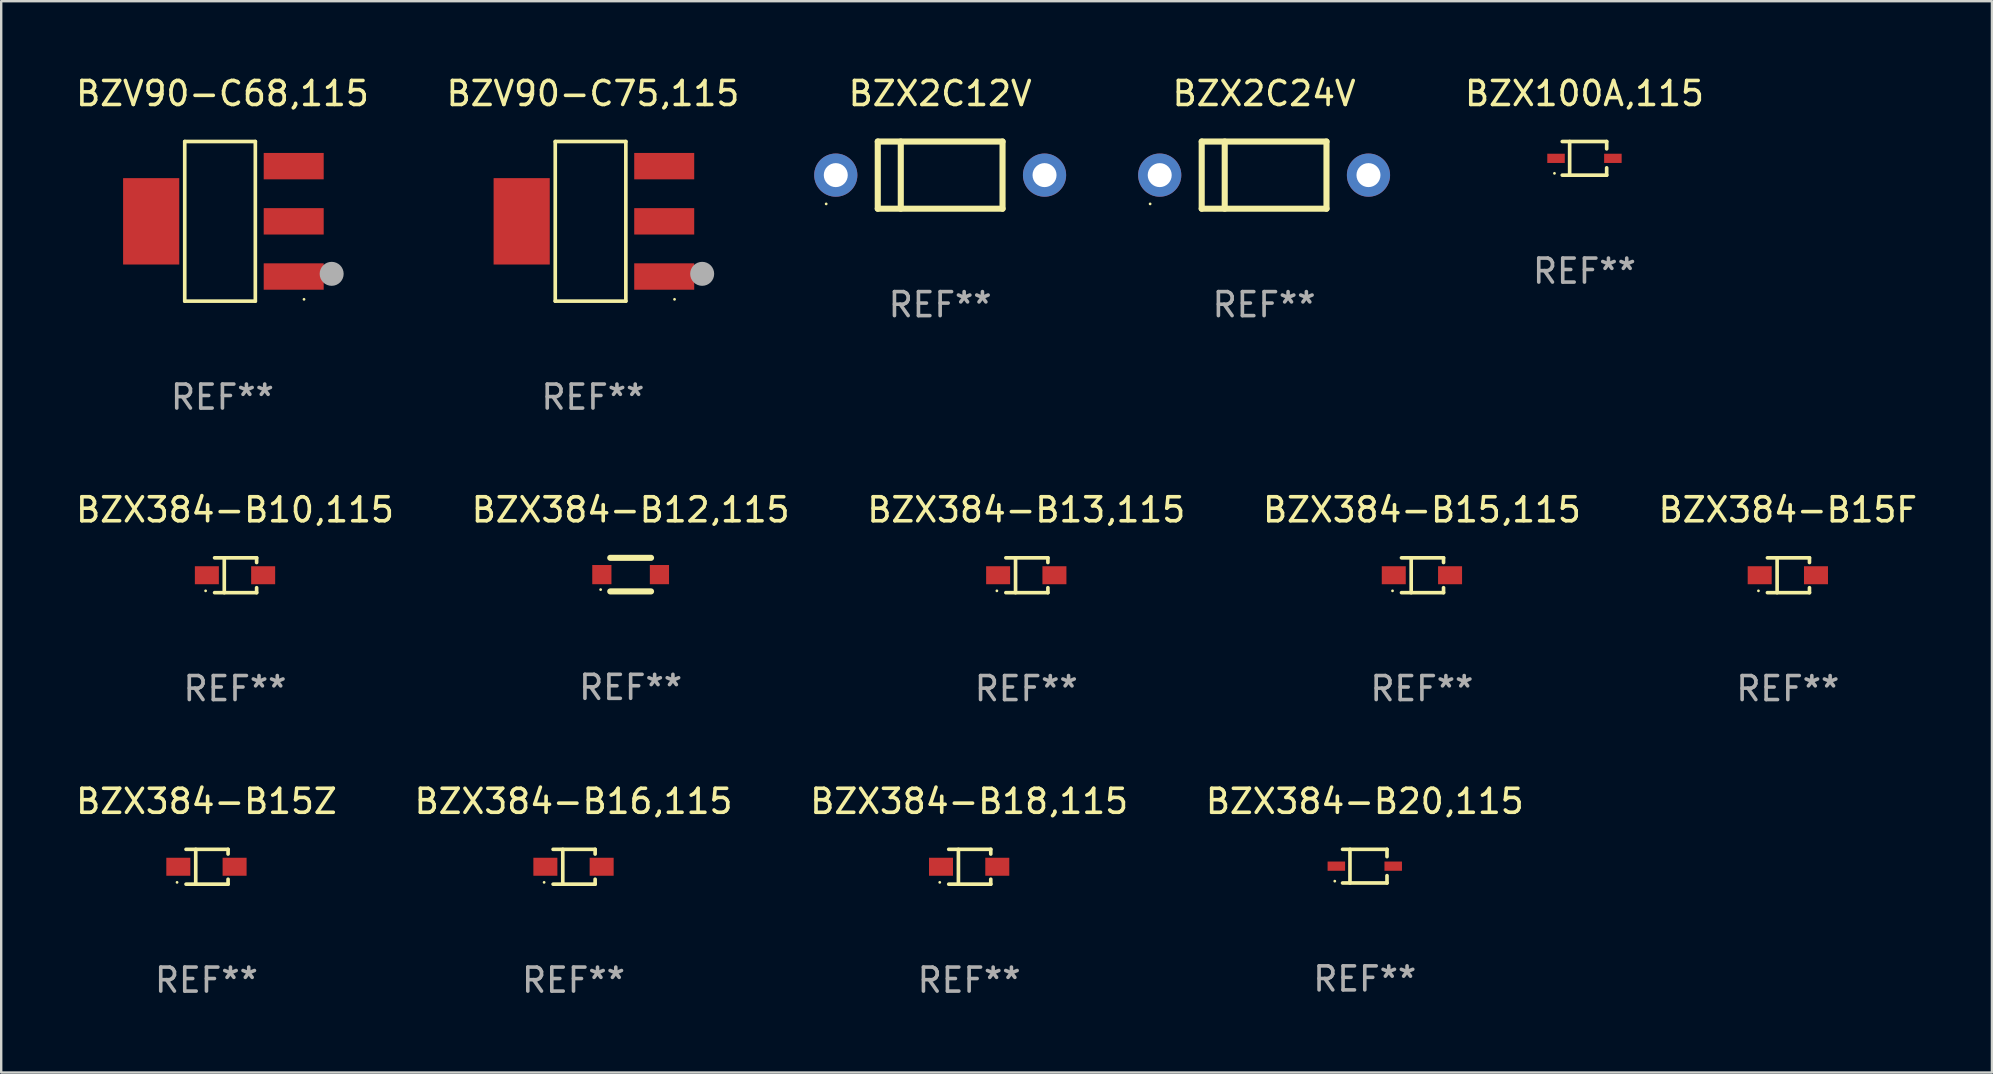
<source format=kicad_pcb>
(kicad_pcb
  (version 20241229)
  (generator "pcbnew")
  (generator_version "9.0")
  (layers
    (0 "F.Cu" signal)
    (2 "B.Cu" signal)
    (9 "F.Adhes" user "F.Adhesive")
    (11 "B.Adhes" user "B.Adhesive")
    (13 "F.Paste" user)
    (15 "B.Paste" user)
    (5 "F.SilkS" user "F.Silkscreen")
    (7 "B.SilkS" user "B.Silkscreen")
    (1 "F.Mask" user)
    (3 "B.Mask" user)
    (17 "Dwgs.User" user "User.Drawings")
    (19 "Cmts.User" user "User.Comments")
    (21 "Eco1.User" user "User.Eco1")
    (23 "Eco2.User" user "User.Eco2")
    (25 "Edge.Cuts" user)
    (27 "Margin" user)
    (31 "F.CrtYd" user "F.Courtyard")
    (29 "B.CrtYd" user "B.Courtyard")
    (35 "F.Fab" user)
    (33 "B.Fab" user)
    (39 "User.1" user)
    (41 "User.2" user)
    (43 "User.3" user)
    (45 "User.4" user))
  (footprint "BZX2C12V"
    (layer "F.Cu")
    (at 36.131 4.248)
    (property "Reference" "BZX2C12V" (at 0 -3.4 0) (layer "F.SilkS") (effects (font (size 1 1) (thickness 0.15))))
    (attr through_hole)
    (fp_line (start -2.6 -1.4) (end -2.6 1.4) (stroke (width 0.254) (type solid)) (layer "F.SilkS"))
    (fp_line (start -2.6 -1.4) (end 2.6 -1.4) (stroke (width 0.254) (type solid)) (layer "F.SilkS"))
    (fp_line (start -2.6 1.4) (end 2.6 1.4) (stroke (width 0.254) (type solid)) (layer "F.SilkS"))
    (fp_line (start -1.641 -1.4) (end -1.641 1.4) (stroke (width 0.254) (type solid)) (layer "F.SilkS"))
    (fp_line (start 2.6 -1.4) (end 2.6 1.4) (stroke (width 0.254) (type solid)) (layer "F.SilkS"))
    (fp_circle (center -4.75 1.2) (end -4.72 1.2) (stroke (width 0.06) (type solid)) (fill no) (layer "F.SilkS"))
    (fp_text user "REF**" (at 0 5.4 0) (layer "F.Fab") (effects (font (size 1 1) (thickness 0.15))))
    (pad "1" thru_hole circle (at -4.35 0) (size 1.8 1.8) (drill 1) (layers "*.Cu" "*.Mask"))
    (pad "2" thru_hole circle (at 4.35 0) (size 1.8 1.8) (drill 1) (layers "*.Cu" "*.Mask")))
  (footprint "BZX384-B10,115"
    (layer "F.Cu")
    (at 6.744 20.923)
    (property "Reference" "BZX384-B10,115" (at 0 -2.726 0) (layer "F.SilkS") (effects (font (size 1 1) (thickness 0.15))))
    (attr through_hole)
    (fp_line (start -0.851 -0.726) (end 0.901 -0.726) (stroke (width 0.152) (type solid)) (layer "F.SilkS"))
    (fp_line (start -0.851 0.726) (end 0.901 0.726) (stroke (width 0.152) (type solid)) (layer "F.SilkS"))
    (fp_line (start -0.447 -0.726) (end -0.447 0.726) (stroke (width 0.152) (type solid)) (layer "F.SilkS"))
    (fp_line (start 0.901 -0.726) (end 0.901 -0.53) (stroke (width 0.152) (type solid)) (layer "F.SilkS"))
    (fp_line (start 0.901 0.726) (end 0.901 0.52) (stroke (width 0.152) (type solid)) (layer "F.SilkS"))
    (fp_circle (center -1.225 0.65) (end -1.195 0.65) (stroke (width 0.06) (type solid)) (fill no) (layer "F.SilkS"))
    (fp_text user "REF**" (at 0 4.726 0) (layer "F.Fab") (effects (font (size 1 1) (thickness 0.15))))
    (pad "1" smd rect (at -1.173 0) (size 1 0.75) (layers "F.Cu" "F.Mask" "F.Paste"))
    (pad "2" smd rect (at 1.173 0) (size 1 0.75) (layers "F.Cu" "F.Mask" "F.Paste")))
  (footprint "BZV90-C68,115"
    (layer "F.Cu")
    (at 6.22 6.174)
    (property "Reference" "BZV90-C68,115" (at 0 -5.326 0) (layer "F.SilkS") (effects (font (size 1 1) (thickness 0.15))))
    (attr through_hole)
    (fp_line (start -1.571 -3.326) (end 1.371 -3.326) (stroke (width 0.152) (type solid)) (layer "F.SilkS"))
    (fp_line (start -1.571 3.326) (end -1.571 -3.326) (stroke (width 0.152) (type solid)) (layer "F.SilkS"))
    (fp_line (start 1.371 -3.326) (end 1.371 3.326) (stroke (width 0.152) (type solid)) (layer "F.SilkS"))
    (fp_line (start 1.371 3.326) (end -1.571 3.326) (stroke (width 0.152) (type solid)) (layer "F.SilkS"))
    (fp_circle (center 3.4 3.25) (end 3.43 3.25) (stroke (width 0.06) (type solid)) (fill no) (layer "F.SilkS"))
    (fp_circle (center 4.552 2.188) (end 4.802 2.188) (stroke (width 0.5) (type solid)) (fill no) (layer "F.Fab"))
    (fp_text user "REF**" (at 0 7.326 0) (layer "F.Fab") (effects (font (size 1 1) (thickness 0.15))))
    (pad "1" smd rect (at 2.97 2.3) (size 2.5 1.1) (layers "F.Cu" "F.Mask" "F.Paste"))
    (pad "2" smd rect (at 2.97 0) (size 2.5 1.1) (layers "F.Cu" "F.Mask" "F.Paste"))
    (pad "3" smd rect (at 2.97 -2.3) (size 2.5 1.1) (layers "F.Cu" "F.Mask" "F.Paste"))
    (pad "4" smd rect (at -2.97 0) (size 2.34 3.6) (layers "F.Cu" "F.Mask" "F.Paste")))
  (footprint "BZX384-B15Z"
    (layer "F.Cu")
    (at 5.554 33.072)
    (property "Reference" "BZX384-B15Z" (at 0 -2.726 0) (layer "F.SilkS") (effects (font (size 1 1) (thickness 0.15))))
    (attr through_hole)
    (fp_line (start -0.851 -0.726) (end 0.901 -0.726) (stroke (width 0.152) (type solid)) (layer "F.SilkS"))
    (fp_line (start -0.851 0.726) (end 0.901 0.726) (stroke (width 0.152) (type solid)) (layer "F.SilkS"))
    (fp_line (start -0.447 -0.726) (end -0.447 0.726) (stroke (width 0.152) (type solid)) (layer "F.SilkS"))
    (fp_line (start 0.901 -0.726) (end 0.901 -0.53) (stroke (width 0.152) (type solid)) (layer "F.SilkS"))
    (fp_line (start 0.901 0.726) (end 0.901 0.52) (stroke (width 0.152) (type solid)) (layer "F.SilkS"))
    (fp_circle (center -1.225 0.65) (end -1.195 0.65) (stroke (width 0.06) (type solid)) (fill no) (layer "F.SilkS"))
    (fp_text user "REF**" (at 0 4.726 0) (layer "F.Fab") (effects (font (size 1 1) (thickness 0.15))))
    (pad "1" smd rect (at -1.173 0) (size 1 0.75) (layers "F.Cu" "F.Mask" "F.Paste"))
    (pad "2" smd rect (at 1.173 0) (size 1 0.75) (layers "F.Cu" "F.Mask" "F.Paste")))
  (footprint "BZX384-B13,115"
    (layer "F.Cu")
    (at 39.72 20.923)
    (property "Reference" "BZX384-B13,115" (at 0 -2.726 0) (layer "F.SilkS") (effects (font (size 1 1) (thickness 0.15))))
    (attr through_hole)
    (fp_line (start -0.851 -0.726) (end 0.901 -0.726) (stroke (width 0.152) (type solid)) (layer "F.SilkS"))
    (fp_line (start -0.851 0.726) (end 0.901 0.726) (stroke (width 0.152) (type solid)) (layer "F.SilkS"))
    (fp_line (start -0.447 -0.726) (end -0.447 0.726) (stroke (width 0.152) (type solid)) (layer "F.SilkS"))
    (fp_line (start 0.901 -0.726) (end 0.901 -0.53) (stroke (width 0.152) (type solid)) (layer "F.SilkS"))
    (fp_line (start 0.901 0.726) (end 0.901 0.52) (stroke (width 0.152) (type solid)) (layer "F.SilkS"))
    (fp_circle (center -1.225 0.65) (end -1.195 0.65) (stroke (width 0.06) (type solid)) (fill no) (layer "F.SilkS"))
    (fp_text user "REF**" (at 0 4.726 0) (layer "F.Fab") (effects (font (size 1 1) (thickness 0.15))))
    (pad "1" smd rect (at -1.173 0) (size 1 0.75) (layers "F.Cu" "F.Mask" "F.Paste"))
    (pad "2" smd rect (at 1.173 0) (size 1 0.75) (layers "F.Cu" "F.Mask" "F.Paste")))
  (footprint "BZX384-B20,115"
    (layer "F.Cu")
    (at 53.827 33.047)
    (property "Reference" "BZX384-B20,115" (at 0 -2.701 0) (layer "F.SilkS") (effects (font (size 1 1) (thickness 0.15))))
    (attr through_hole)
    (fp_line (start -0.926 -0.701) (end 0.926 -0.701) (stroke (width 0.152) (type solid)) (layer "F.SilkS"))
    (fp_line (start -0.926 0.701) (end 0.926 0.701) (stroke (width 0.152) (type solid)) (layer "F.SilkS"))
    (fp_line (start -0.617 -0.701) (end -0.617 0.701) (stroke (width 0.152) (type solid)) (layer "F.SilkS"))
    (fp_line (start 0.926 -0.701) (end 0.926 -0.396) (stroke (width 0.152) (type solid)) (layer "F.SilkS"))
    (fp_line (start 0.926 0.701) (end 0.926 0.396) (stroke (width 0.152) (type solid)) (layer "F.SilkS"))
    (fp_circle (center -1.25 0.625) (end -1.22 0.625) (stroke (width 0.06) (type solid)) (fill no) (layer "F.SilkS"))
    (fp_text user "REF**" (at 0 4.701 0) (layer "F.Fab") (effects (font (size 1 1) (thickness 0.15))))
    (pad "1" smd rect (at -1.185 0 180) (size 0.73 0.385) (layers "F.Cu" "F.Mask" "F.Paste"))
    (pad "2" smd rect (at 1.185 0 180) (size 0.73 0.385) (layers "F.Cu" "F.Mask" "F.Paste")))
  (footprint "BZX384-B18,115"
    (layer "F.Cu")
    (at 37.339 33.072)
    (property "Reference" "BZX384-B18,115" (at 0 -2.726 0) (layer "F.SilkS") (effects (font (size 1 1) (thickness 0.15))))
    (attr through_hole)
    (fp_line (start -0.851 -0.726) (end 0.901 -0.726) (stroke (width 0.152) (type solid)) (layer "F.SilkS"))
    (fp_line (start -0.851 0.726) (end 0.901 0.726) (stroke (width 0.152) (type solid)) (layer "F.SilkS"))
    (fp_line (start -0.447 -0.726) (end -0.447 0.726) (stroke (width 0.152) (type solid)) (layer "F.SilkS"))
    (fp_line (start 0.901 -0.726) (end 0.901 -0.53) (stroke (width 0.152) (type solid)) (layer "F.SilkS"))
    (fp_line (start 0.901 0.726) (end 0.901 0.52) (stroke (width 0.152) (type solid)) (layer "F.SilkS"))
    (fp_circle (center -1.225 0.65) (end -1.195 0.65) (stroke (width 0.06) (type solid)) (fill no) (layer "F.SilkS"))
    (fp_text user "REF**" (at 0 4.726 0) (layer "F.Fab") (effects (font (size 1 1) (thickness 0.15))))
    (pad "1" smd rect (at -1.173 0) (size 1 0.75) (layers "F.Cu" "F.Mask" "F.Paste"))
    (pad "2" smd rect (at 1.173 0) (size 1 0.75) (layers "F.Cu" "F.Mask" "F.Paste")))
  (footprint "BZX384-B16,115"
    (layer "F.Cu")
    (at 20.851 33.072)
    (property "Reference" "BZX384-B16,115" (at 0 -2.726 0) (layer "F.SilkS") (effects (font (size 1 1) (thickness 0.15))))
    (attr through_hole)
    (fp_line (start -0.851 -0.726) (end 0.901 -0.726) (stroke (width 0.152) (type solid)) (layer "F.SilkS"))
    (fp_line (start -0.851 0.726) (end 0.901 0.726) (stroke (width 0.152) (type solid)) (layer "F.SilkS"))
    (fp_line (start -0.447 -0.726) (end -0.447 0.726) (stroke (width 0.152) (type solid)) (layer "F.SilkS"))
    (fp_line (start 0.901 -0.726) (end 0.901 -0.53) (stroke (width 0.152) (type solid)) (layer "F.SilkS"))
    (fp_line (start 0.901 0.726) (end 0.901 0.52) (stroke (width 0.152) (type solid)) (layer "F.SilkS"))
    (fp_circle (center -1.225 0.65) (end -1.195 0.65) (stroke (width 0.06) (type solid)) (fill no) (layer "F.SilkS"))
    (fp_text user "REF**" (at 0 4.726 0) (layer "F.Fab") (effects (font (size 1 1) (thickness 0.15))))
    (pad "1" smd rect (at -1.173 0) (size 1 0.75) (layers "F.Cu" "F.Mask" "F.Paste"))
    (pad "2" smd rect (at 1.173 0) (size 1 0.75) (layers "F.Cu" "F.Mask" "F.Paste")))
  (footprint "BZX384-B15,115"
    (layer "F.Cu")
    (at 56.208 20.923)
    (property "Reference" "BZX384-B15,115" (at 0 -2.726 0) (layer "F.SilkS") (effects (font (size 1 1) (thickness 0.15))))
    (attr through_hole)
    (fp_line (start -0.851 -0.726) (end 0.901 -0.726) (stroke (width 0.152) (type solid)) (layer "F.SilkS"))
    (fp_line (start -0.851 0.726) (end 0.901 0.726) (stroke (width 0.152) (type solid)) (layer "F.SilkS"))
    (fp_line (start -0.447 -0.726) (end -0.447 0.726) (stroke (width 0.152) (type solid)) (layer "F.SilkS"))
    (fp_line (start 0.901 -0.726) (end 0.901 -0.53) (stroke (width 0.152) (type solid)) (layer "F.SilkS"))
    (fp_line (start 0.901 0.726) (end 0.901 0.52) (stroke (width 0.152) (type solid)) (layer "F.SilkS"))
    (fp_circle (center -1.225 0.65) (end -1.195 0.65) (stroke (width 0.06) (type solid)) (fill no) (layer "F.SilkS"))
    (fp_text user "REF**" (at 0 4.726 0) (layer "F.Fab") (effects (font (size 1 1) (thickness 0.15))))
    (pad "1" smd rect (at -1.173 0) (size 1 0.75) (layers "F.Cu" "F.Mask" "F.Paste"))
    (pad "2" smd rect (at 1.173 0) (size 1 0.75) (layers "F.Cu" "F.Mask" "F.Paste")))
  (footprint "BZX2C24V"
    (layer "F.Cu")
    (at 49.631 4.248)
    (property "Reference" "BZX2C24V" (at 0 -3.4 0) (layer "F.SilkS") (effects (font (size 1 1) (thickness 0.15))))
    (attr through_hole)
    (fp_line (start -2.6 -1.4) (end -2.6 1.4) (stroke (width 0.254) (type solid)) (layer "F.SilkS"))
    (fp_line (start -2.6 -1.4) (end 2.6 -1.4) (stroke (width 0.254) (type solid)) (layer "F.SilkS"))
    (fp_line (start -2.6 1.4) (end 2.6 1.4) (stroke (width 0.254) (type solid)) (layer "F.SilkS"))
    (fp_line (start -1.641 -1.4) (end -1.641 1.4) (stroke (width 0.254) (type solid)) (layer "F.SilkS"))
    (fp_line (start 2.6 -1.4) (end 2.6 1.4) (stroke (width 0.254) (type solid)) (layer "F.SilkS"))
    (fp_circle (center -4.75 1.2) (end -4.72 1.2) (stroke (width 0.06) (type solid)) (fill no) (layer "F.SilkS"))
    (fp_text user "REF**" (at 0 5.4 0) (layer "F.Fab") (effects (font (size 1 1) (thickness 0.15))))
    (pad "1" thru_hole circle (at -4.35 0) (size 1.8 1.8) (drill 1) (layers "*.Cu" "*.Mask"))
    (pad "2" thru_hole circle (at 4.35 0) (size 1.8 1.8) (drill 1) (layers "*.Cu" "*.Mask")))
  (footprint "BZX384-B15F"
    (layer "F.Cu")
    (at 71.458 20.923)
    (property "Reference" "BZX384-B15F" (at 0 -2.726 0) (layer "F.SilkS") (effects (font (size 1 1) (thickness 0.15))))
    (attr through_hole)
    (fp_line (start -0.851 -0.726) (end 0.901 -0.726) (stroke (width 0.152) (type solid)) (layer "F.SilkS"))
    (fp_line (start -0.851 0.726) (end 0.901 0.726) (stroke (width 0.152) (type solid)) (layer "F.SilkS"))
    (fp_line (start -0.447 -0.726) (end -0.447 0.726) (stroke (width 0.152) (type solid)) (layer "F.SilkS"))
    (fp_line (start 0.901 -0.726) (end 0.901 -0.53) (stroke (width 0.152) (type solid)) (layer "F.SilkS"))
    (fp_line (start 0.901 0.726) (end 0.901 0.52) (stroke (width 0.152) (type solid)) (layer "F.SilkS"))
    (fp_circle (center -1.225 0.65) (end -1.195 0.65) (stroke (width 0.06) (type solid)) (fill no) (layer "F.SilkS"))
    (fp_text user "REF**" (at 0 4.726 0) (layer "F.Fab") (effects (font (size 1 1) (thickness 0.15))))
    (pad "1" smd rect (at -1.173 0) (size 1 0.75) (layers "F.Cu" "F.Mask" "F.Paste"))
    (pad "2" smd rect (at 1.173 0) (size 1 0.75) (layers "F.Cu" "F.Mask" "F.Paste")))
  (footprint "BZX100A,115"
    (layer "F.Cu")
    (at 62.982 3.549)
    (property "Reference" "BZX100A,115" (at 0 -2.701 0) (layer "F.SilkS") (effects (font (size 1 1) (thickness 0.15))))
    (attr through_hole)
    (fp_line (start -0.926 -0.701) (end 0.926 -0.701) (stroke (width 0.152) (type solid)) (layer "F.SilkS"))
    (fp_line (start -0.926 0.701) (end 0.926 0.701) (stroke (width 0.152) (type solid)) (layer "F.SilkS"))
    (fp_line (start -0.617 -0.701) (end -0.617 0.701) (stroke (width 0.152) (type solid)) (layer "F.SilkS"))
    (fp_line (start 0.926 -0.701) (end 0.926 -0.396) (stroke (width 0.152) (type solid)) (layer "F.SilkS"))
    (fp_line (start 0.926 0.701) (end 0.926 0.396) (stroke (width 0.152) (type solid)) (layer "F.SilkS"))
    (fp_circle (center -1.25 0.625) (end -1.22 0.625) (stroke (width 0.06) (type solid)) (fill no) (layer "F.SilkS"))
    (fp_text user "REF**" (at 0 4.701 0) (layer "F.Fab") (effects (font (size 1 1) (thickness 0.15))))
    (pad "1" smd rect (at -1.185 0 180) (size 0.73 0.385) (layers "F.Cu" "F.Mask" "F.Paste"))
    (pad "2" smd rect (at 1.185 0 180) (size 0.73 0.385) (layers "F.Cu" "F.Mask" "F.Paste")))
  (footprint "BZX384-B12,115"
    (layer "F.Cu")
    (at 23.232 20.897)
    (property "Reference" "BZX384-B12,115" (at 0 -2.7 0) (layer "F.SilkS") (effects (font (size 1 1) (thickness 0.15))))
    (attr through_hole)
    (fp_line (start -0.85 -0.7) (end 0.85 -0.7) (stroke (width 0.254) (type solid)) (layer "F.SilkS"))
    (fp_line (start -0.85 0.7) (end 0.85 0.7) (stroke (width 0.254) (type solid)) (layer "F.SilkS"))
    (fp_circle (center -1.25 0.625) (end -1.22 0.625) (stroke (width 0.06) (type solid)) (fill no) (layer "F.SilkS"))
    (fp_text user "REF**" (at 0 4.7 0) (layer "F.Fab") (effects (font (size 1 1) (thickness 0.15))))
    (pad "1" smd rect (at -1.2 0) (size 0.8 0.8) (layers "F.Cu" "F.Mask" "F.Paste"))
    (pad "2" smd rect (at 1.2 0) (size 0.8 0.8) (layers "F.Cu" "F.Mask" "F.Paste")))
  (footprint "BZV90-C75,115"
    (layer "F.Cu")
    (at 21.661 6.174)
    (property "Reference" "BZV90-C75,115" (at 0 -5.326 0) (layer "F.SilkS") (effects (font (size 1 1) (thickness 0.15))))
    (attr through_hole)
    (fp_line (start -1.571 -3.326) (end 1.371 -3.326) (stroke (width 0.152) (type solid)) (layer "F.SilkS"))
    (fp_line (start -1.571 3.326) (end -1.571 -3.326) (stroke (width 0.152) (type solid)) (layer "F.SilkS"))
    (fp_line (start 1.371 -3.326) (end 1.371 3.326) (stroke (width 0.152) (type solid)) (layer "F.SilkS"))
    (fp_line (start 1.371 3.326) (end -1.571 3.326) (stroke (width 0.152) (type solid)) (layer "F.SilkS"))
    (fp_circle (center 3.4 3.25) (end 3.43 3.25) (stroke (width 0.06) (type solid)) (fill no) (layer "F.SilkS"))
    (fp_circle (center 4.552 2.188) (end 4.802 2.188) (stroke (width 0.5) (type solid)) (fill no) (layer "F.Fab"))
    (fp_text user "REF**" (at 0 7.326 0) (layer "F.Fab") (effects (font (size 1 1) (thickness 0.15))))
    (pad "1" smd rect (at 2.97 2.3) (size 2.5 1.1) (layers "F.Cu" "F.Mask" "F.Paste"))
    (pad "2" smd rect (at 2.97 0) (size 2.5 1.1) (layers "F.Cu" "F.Mask" "F.Paste"))
    (pad "3" smd rect (at 2.97 -2.3) (size 2.5 1.1) (layers "F.Cu" "F.Mask" "F.Paste"))
    (pad "4" smd rect (at -2.97 0) (size 2.34 3.6) (layers "F.Cu" "F.Mask" "F.Paste")))
  (gr_rect
    (start -3 -3)
    (end 79.964 41.647)
    (stroke (width 0.1) (type default))
    (fill no)
    (layer "Edge.Cuts")))
</source>
